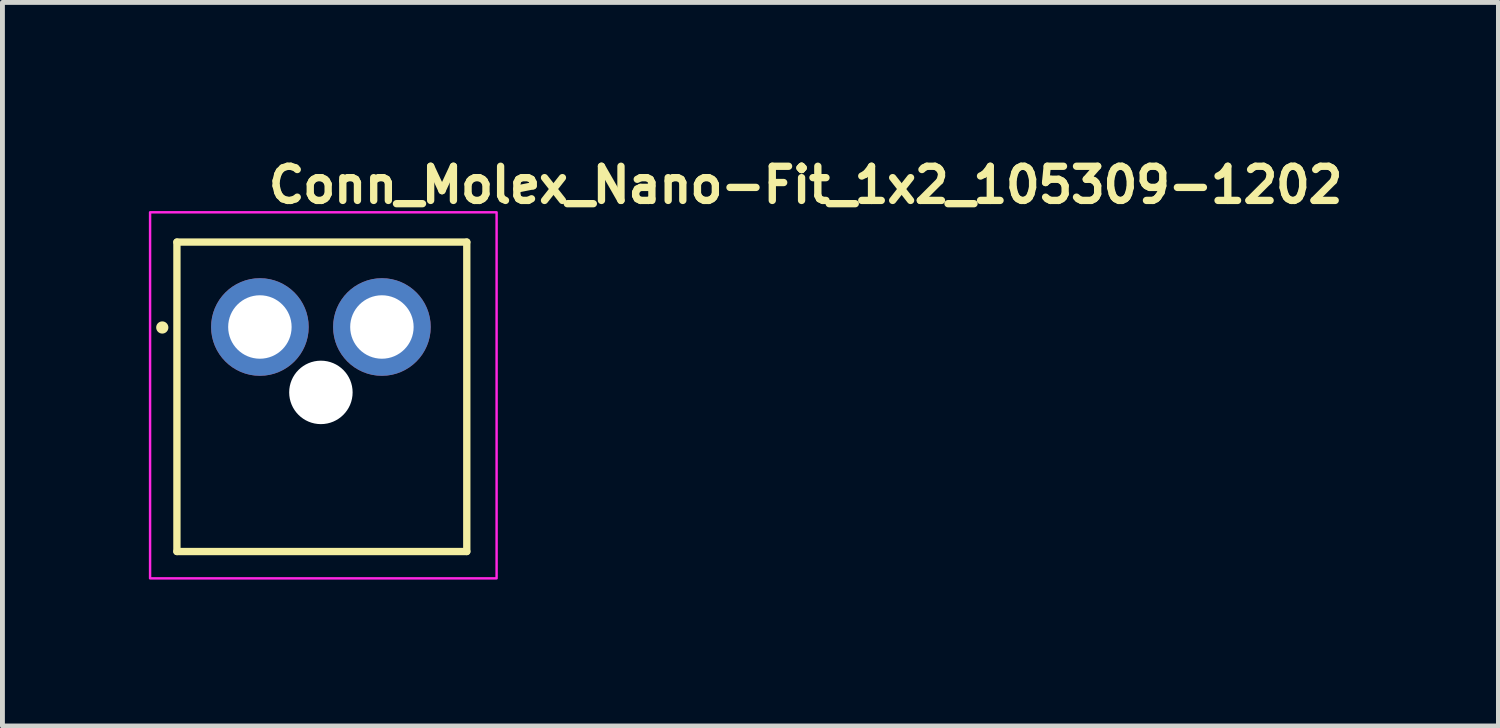
<source format=kicad_pcb>
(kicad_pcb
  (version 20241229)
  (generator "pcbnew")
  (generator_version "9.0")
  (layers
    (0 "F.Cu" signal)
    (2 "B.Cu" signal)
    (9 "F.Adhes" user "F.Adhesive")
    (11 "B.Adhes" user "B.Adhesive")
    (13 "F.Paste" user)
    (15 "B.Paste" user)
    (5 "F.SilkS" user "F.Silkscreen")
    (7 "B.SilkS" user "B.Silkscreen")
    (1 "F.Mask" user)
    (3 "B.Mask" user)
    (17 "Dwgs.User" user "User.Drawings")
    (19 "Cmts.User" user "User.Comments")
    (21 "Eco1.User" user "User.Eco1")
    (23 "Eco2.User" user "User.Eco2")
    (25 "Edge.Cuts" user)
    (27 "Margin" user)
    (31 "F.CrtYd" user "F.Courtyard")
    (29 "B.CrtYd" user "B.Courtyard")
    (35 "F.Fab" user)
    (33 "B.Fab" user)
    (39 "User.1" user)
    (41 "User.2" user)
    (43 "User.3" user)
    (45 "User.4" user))
  (footprint "Conn_Molex_Nano-Fit_1x2_105309-1202"
    (layer "F.Cu")
    (at 2.275 3.65)
    (property "Reference" "Conn_Molex_Nano-Fit_1x2_105309-1202" (at 0.1 -2.5 0) (layer "F.SilkS") (effects (font (size 0.7 0.7) (thickness 0.15)) (justify left bottom)))
    (attr through_hole)
    (fp_line (start -1.7 -1.74) (end -1.7 4.6) (stroke (width 0.15) (type solid)) (layer "F.SilkS"))
    (fp_line (start -1.7 -1.74) (end 4.239 -1.74) (stroke (width 0.15) (type solid)) (layer "F.SilkS"))
    (fp_line (start -1.7 4.6) (end 4.239 4.6) (stroke (width 0.15) (type solid)) (layer "F.SilkS"))
    (fp_line (start 4.239 -1.74) (end 4.239 4.6) (stroke (width 0.15) (type solid)) (layer "F.SilkS"))
    (fp_circle (center -2 0.01) (end -1.95 0.01) (stroke (width 0.15) (type solid)) (fill yes) (layer "F.SilkS"))
    (fp_rect (start -2.25 -2.35) (end 4.85 5.15) (stroke (width 0.05) (type solid)) (fill no) (layer "F.CrtYd"))
    (fp_rect (start -1.72 -1.74) (end 4.22 4.6) (stroke (width 0.1) (type solid)) (fill no) (layer "User.5"))
    (fp_line (start -1.72 -1.74) (end -1.72 1.74) (stroke (width 0.02) (type solid)) (layer "User.9"))
    (fp_line (start -1.35 1.74) (end -1.72 1.74) (stroke (width 0.02) (type solid)) (layer "User.9"))
    (fp_line (start -1.35 2.56) (end -1.35 1.74) (stroke (width 0.02) (type solid)) (layer "User.9"))
    (fp_line (start -1.35 4.019) (end -1.35 2.56) (stroke (width 0.02) (type solid)) (layer "User.9"))
    (fp_line (start -1.35 4.35) (end -1.35 4.019) (stroke (width 0.02) (type solid)) (layer "User.9"))
    (fp_line (start -1.35 4.35) (end -1.349 4.362) (stroke (width 0.02) (type solid)) (layer "User.9"))
    (fp_line (start -1.349 4.362) (end -1.348 4.374) (stroke (width 0.02) (type solid)) (layer "User.9"))
    (fp_line (start -1.348 4.374) (end -1.347 4.386) (stroke (width 0.02) (type solid)) (layer "User.9"))
    (fp_line (start -1.347 4.386) (end -1.345 4.399) (stroke (width 0.02) (type solid)) (layer "User.9"))
    (fp_line (start -1.345 4.399) (end -1.342 4.41) (stroke (width 0.02) (type solid)) (layer "User.9"))
    (fp_line (start -1.342 4.41) (end -1.339 4.422) (stroke (width 0.02) (type solid)) (layer "User.9"))
    (fp_line (start -1.339 4.422) (end -1.335 4.434) (stroke (width 0.02) (type solid)) (layer "User.9"))
    (fp_line (start -1.335 4.434) (end -1.33 4.445) (stroke (width 0.02) (type solid)) (layer "User.9"))
    (fp_line (start -1.33 4.445) (end -1.326 4.456) (stroke (width 0.02) (type solid)) (layer "User.9"))
    (fp_line (start -1.326 4.456) (end -1.32 4.467) (stroke (width 0.02) (type solid)) (layer "User.9"))
    (fp_line (start -1.32 4.467) (end -1.314 4.478) (stroke (width 0.02) (type solid)) (layer "User.9"))
    (fp_line (start -1.314 4.478) (end -1.307 4.488) (stroke (width 0.02) (type solid)) (layer "User.9"))
    (fp_line (start -1.307 4.488) (end -1.3 4.498) (stroke (width 0.02) (type solid)) (layer "User.9"))
    (fp_line (start -1.3 4.498) (end -1.293 4.508) (stroke (width 0.02) (type solid)) (layer "User.9"))
    (fp_line (start -1.293 4.508) (end -1.285 4.517) (stroke (width 0.02) (type solid)) (layer "User.9"))
    (fp_line (start -1.285 4.517) (end -1.276 4.526) (stroke (width 0.02) (type solid)) (layer "User.9"))
    (fp_line (start -1.276 4.526) (end -1.276 4.526) (stroke (width 0.02) (type solid)) (layer "User.9"))
    (fp_line (start -1.276 4.526) (end -1.267 4.535) (stroke (width 0.02) (type solid)) (layer "User.9"))
    (fp_line (start -1.267 4.535) (end -1.258 4.543) (stroke (width 0.02) (type solid)) (layer "User.9"))
    (fp_line (start -1.258 4.543) (end -1.248 4.55) (stroke (width 0.02) (type solid)) (layer "User.9"))
    (fp_line (start -1.248 4.55) (end -1.238 4.557) (stroke (width 0.02) (type solid)) (layer "User.9"))
    (fp_line (start -1.238 4.557) (end -1.228 4.564) (stroke (width 0.02) (type solid)) (layer "User.9"))
    (fp_line (start -1.228 4.564) (end -1.217 4.57) (stroke (width 0.02) (type solid)) (layer "User.9"))
    (fp_line (start -1.217 4.57) (end -1.206 4.576) (stroke (width 0.02) (type solid)) (layer "User.9"))
    (fp_line (start -1.206 4.576) (end -1.195 4.58) (stroke (width 0.02) (type solid)) (layer "User.9"))
    (fp_line (start -1.195 4.58) (end -1.184 4.585) (stroke (width 0.02) (type solid)) (layer "User.9"))
    (fp_line (start -1.184 4.585) (end -1.172 4.589) (stroke (width 0.02) (type solid)) (layer "User.9"))
    (fp_line (start -1.172 4.589) (end -1.16 4.592) (stroke (width 0.02) (type solid)) (layer "User.9"))
    (fp_line (start -1.16 4.592) (end -1.149 4.595) (stroke (width 0.02) (type solid)) (layer "User.9"))
    (fp_line (start -1.149 4.595) (end -1.136 4.597) (stroke (width 0.02) (type solid)) (layer "User.9"))
    (fp_line (start -1.136 4.597) (end -1.124 4.598) (stroke (width 0.02) (type solid)) (layer "User.9"))
    (fp_line (start -1.124 4.598) (end -1.112 4.599) (stroke (width 0.02) (type solid)) (layer "User.9"))
    (fp_line (start -1.112 4.599) (end -1.1 4.6) (stroke (width 0.02) (type solid)) (layer "User.9"))
    (fp_line (start -1.11 -1.095) (end -1.11 1.095) (stroke (width 0.02) (type solid)) (layer "User.9"))
    (fp_line (start -1.11 -1.095) (end 3.61 -1.095) (stroke (width 0.02) (type solid)) (layer "User.9"))
    (fp_line (start -1.11 1.095) (end -0.95 1.095) (stroke (width 0.02) (type solid)) (layer "User.9"))
    (fp_line (start -0.95 2.56) (end -1.35 2.56) (stroke (width 0.02) (type solid)) (layer "User.9"))
    (fp_line (start -0.95 2.56) (end -0.95 1.095) (stroke (width 0.02) (type solid)) (layer "User.9"))
    (fp_line (start -0.95 2.56) (end -0.95 3.75) (stroke (width 0.02) (type solid)) (layer "User.9"))
    (fp_line (start -0.95 3.75) (end 3.45 3.75) (stroke (width 0.02) (type solid)) (layer "User.9"))
    (fp_line (start -0.317 -0.317) (end -0.167 -0.167) (stroke (width 0.02) (type solid)) (layer "User.9"))
    (fp_line (start -0.317 -0.317) (end 0.318 -0.317) (stroke (width 0.02) (type solid)) (layer "User.9"))
    (fp_line (start -0.317 0.317) (end -0.317 -0.317) (stroke (width 0.02) (type solid)) (layer "User.9"))
    (fp_line (start -0.317 0.317) (end 0.318 0.317) (stroke (width 0.02) (type solid)) (layer "User.9"))
    (fp_line (start -0.167 -0.167) (end 0.168 -0.167) (stroke (width 0.02) (type solid)) (layer "User.9"))
    (fp_line (start -0.167 0.167) (end -0.317 0.317) (stroke (width 0.02) (type solid)) (layer "User.9"))
    (fp_line (start -0.167 0.167) (end -0.167 -0.167) (stroke (width 0.02) (type solid)) (layer "User.9"))
    (fp_line (start -0.167 0.167) (end 0.168 0.167) (stroke (width 0.02) (type solid)) (layer "User.9"))
    (fp_line (start -0.08 1.095) (end -0.95 1.095) (stroke (width 0.02) (type solid)) (layer "User.9"))
    (fp_line (start -0.08 1.095) (end 1.11 1.095) (stroke (width 0.02) (type solid)) (layer "User.9"))
    (fp_line (start -0.08 1.37) (end -0.08 1.095) (stroke (width 0.02) (type solid)) (layer "User.9"))
    (fp_line (start 0.168 -0.167) (end 0.168 0.167) (stroke (width 0.02) (type solid)) (layer "User.9"))
    (fp_line (start 0.168 -0.167) (end 0.318 -0.317) (stroke (width 0.02) (type solid)) (layer "User.9"))
    (fp_line (start 0.318 -0.317) (end 0.318 0.317) (stroke (width 0.02) (type solid)) (layer "User.9"))
    (fp_line (start 0.318 0.317) (end 0.168 0.167) (stroke (width 0.02) (type solid)) (layer "User.9"))
    (fp_line (start 1.11 -1.095) (end 1.11 -0.385) (stroke (width 0.02) (type solid)) (layer "User.9"))
    (fp_line (start 1.11 -0.385) (end 1.11 0.215) (stroke (width 0.02) (type solid)) (layer "User.9"))
    (fp_line (start 1.11 -0.385) (end 1.39 -0.385) (stroke (width 0.02) (type solid)) (layer "User.9"))
    (fp_line (start 1.11 1.095) (end 1.11 0.215) (stroke (width 0.02) (type solid)) (layer "User.9"))
    (fp_line (start 1.39 -1.095) (end 1.39 -0.385) (stroke (width 0.02) (type solid)) (layer "User.9"))
    (fp_line (start 1.39 -0.385) (end 1.39 0.215) (stroke (width 0.02) (type solid)) (layer "User.9"))
    (fp_line (start 1.39 0.215) (end 1.11 0.215) (stroke (width 0.02) (type solid)) (layer "User.9"))
    (fp_line (start 1.39 0.215) (end 1.39 1.095) (stroke (width 0.02) (type solid)) (layer "User.9"))
    (fp_line (start 1.39 1.095) (end 2.58 1.095) (stroke (width 0.02) (type solid)) (layer "User.9"))
    (fp_line (start 2.182 -0.317) (end 2.332 -0.167) (stroke (width 0.02) (type solid)) (layer "User.9"))
    (fp_line (start 2.182 -0.317) (end 2.817 -0.317) (stroke (width 0.02) (type solid)) (layer "User.9"))
    (fp_line (start 2.182 0.317) (end 2.182 -0.317) (stroke (width 0.02) (type solid)) (layer "User.9"))
    (fp_line (start 2.182 0.317) (end 2.817 0.317) (stroke (width 0.02) (type solid)) (layer "User.9"))
    (fp_line (start 2.332 -0.167) (end 2.667 -0.167) (stroke (width 0.02) (type solid)) (layer "User.9"))
    (fp_line (start 2.332 0.167) (end 2.182 0.317) (stroke (width 0.02) (type solid)) (layer "User.9"))
    (fp_line (start 2.332 0.167) (end 2.332 -0.167) (stroke (width 0.02) (type solid)) (layer "User.9"))
    (fp_line (start 2.332 0.167) (end 2.667 0.167) (stroke (width 0.02) (type solid)) (layer "User.9"))
    (fp_line (start 2.58 1.095) (end 2.58 1.37) (stroke (width 0.02) (type solid)) (layer "User.9"))
    (fp_line (start 2.58 1.095) (end 3.45 1.095) (stroke (width 0.02) (type solid)) (layer "User.9"))
    (fp_line (start 2.58 1.37) (end -0.08 1.37) (stroke (width 0.02) (type solid)) (layer "User.9"))
    (fp_line (start 2.667 -0.167) (end 2.667 0.167) (stroke (width 0.02) (type solid)) (layer "User.9"))
    (fp_line (start 2.667 -0.167) (end 2.817 -0.317) (stroke (width 0.02) (type solid)) (layer "User.9"))
    (fp_line (start 2.817 -0.317) (end 2.817 0.317) (stroke (width 0.02) (type solid)) (layer "User.9"))
    (fp_line (start 2.817 0.317) (end 2.667 0.167) (stroke (width 0.02) (type solid)) (layer "User.9"))
    (fp_line (start 3.45 1.095) (end 3.61 1.095) (stroke (width 0.02) (type solid)) (layer "User.9"))
    (fp_line (start 3.45 2.56) (end 3.45 1.095) (stroke (width 0.02) (type solid)) (layer "User.9"))
    (fp_line (start 3.45 2.56) (end 3.45 3.75) (stroke (width 0.02) (type solid)) (layer "User.9"))
    (fp_line (start 3.6 4.6) (end -1.1 4.6) (stroke (width 0.02) (type solid)) (layer "User.9"))
    (fp_line (start 3.6 4.6) (end 3.612 4.599) (stroke (width 0.02) (type solid)) (layer "User.9"))
    (fp_line (start 3.61 1.095) (end 3.61 -1.095) (stroke (width 0.02) (type solid)) (layer "User.9"))
    (fp_line (start 3.612 4.599) (end 3.624 4.598) (stroke (width 0.02) (type solid)) (layer "User.9"))
    (fp_line (start 3.624 4.598) (end 3.636 4.597) (stroke (width 0.02) (type solid)) (layer "User.9"))
    (fp_line (start 3.636 4.597) (end 3.649 4.595) (stroke (width 0.02) (type solid)) (layer "User.9"))
    (fp_line (start 3.649 4.595) (end 3.66 4.592) (stroke (width 0.02) (type solid)) (layer "User.9"))
    (fp_line (start 3.66 4.592) (end 3.672 4.589) (stroke (width 0.02) (type solid)) (layer "User.9"))
    (fp_line (start 3.672 4.589) (end 3.684 4.585) (stroke (width 0.02) (type solid)) (layer "User.9"))
    (fp_line (start 3.684 4.585) (end 3.695 4.58) (stroke (width 0.02) (type solid)) (layer "User.9"))
    (fp_line (start 3.695 4.58) (end 3.706 4.576) (stroke (width 0.02) (type solid)) (layer "User.9"))
    (fp_line (start 3.706 4.576) (end 3.717 4.57) (stroke (width 0.02) (type solid)) (layer "User.9"))
    (fp_line (start 3.717 4.57) (end 3.728 4.564) (stroke (width 0.02) (type solid)) (layer "User.9"))
    (fp_line (start 3.728 4.564) (end 3.738 4.557) (stroke (width 0.02) (type solid)) (layer "User.9"))
    (fp_line (start 3.738 4.557) (end 3.748 4.55) (stroke (width 0.02) (type solid)) (layer "User.9"))
    (fp_line (start 3.748 4.55) (end 3.758 4.543) (stroke (width 0.02) (type solid)) (layer "User.9"))
    (fp_line (start 3.758 4.543) (end 3.767 4.535) (stroke (width 0.02) (type solid)) (layer "User.9"))
    (fp_line (start 3.767 4.535) (end 3.776 4.526) (stroke (width 0.02) (type solid)) (layer "User.9"))
    (fp_line (start 3.776 4.526) (end 3.776 4.526) (stroke (width 0.02) (type solid)) (layer "User.9"))
    (fp_line (start 3.776 4.526) (end 3.785 4.517) (stroke (width 0.02) (type solid)) (layer "User.9"))
    (fp_line (start 3.785 4.517) (end 3.793 4.508) (stroke (width 0.02) (type solid)) (layer "User.9"))
    (fp_line (start 3.793 4.508) (end 3.8 4.498) (stroke (width 0.02) (type solid)) (layer "User.9"))
    (fp_line (start 3.8 4.498) (end 3.807 4.488) (stroke (width 0.02) (type solid)) (layer "User.9"))
    (fp_line (start 3.807 4.488) (end 3.814 4.478) (stroke (width 0.02) (type solid)) (layer "User.9"))
    (fp_line (start 3.814 4.478) (end 3.82 4.467) (stroke (width 0.02) (type solid)) (layer "User.9"))
    (fp_line (start 3.82 4.467) (end 3.826 4.456) (stroke (width 0.02) (type solid)) (layer "User.9"))
    (fp_line (start 3.826 4.456) (end 3.83 4.445) (stroke (width 0.02) (type solid)) (layer "User.9"))
    (fp_line (start 3.83 4.445) (end 3.835 4.434) (stroke (width 0.02) (type solid)) (layer "User.9"))
    (fp_line (start 3.835 4.434) (end 3.839 4.422) (stroke (width 0.02) (type solid)) (layer "User.9"))
    (fp_line (start 3.839 4.422) (end 3.842 4.41) (stroke (width 0.02) (type solid)) (layer "User.9"))
    (fp_line (start 3.842 4.41) (end 3.845 4.399) (stroke (width 0.02) (type solid)) (layer "User.9"))
    (fp_line (start 3.845 4.399) (end 3.847 4.386) (stroke (width 0.02) (type solid)) (layer "User.9"))
    (fp_line (start 3.847 4.386) (end 3.848 4.374) (stroke (width 0.02) (type solid)) (layer "User.9"))
    (fp_line (start 3.848 4.374) (end 3.849 4.362) (stroke (width 0.02) (type solid)) (layer "User.9"))
    (fp_line (start 3.849 4.362) (end 3.85 4.35) (stroke (width 0.02) (type solid)) (layer "User.9"))
    (fp_line (start 3.85 2.56) (end 3.45 2.56) (stroke (width 0.02) (type solid)) (layer "User.9"))
    (fp_line (start 3.85 2.56) (end 3.85 1.74) (stroke (width 0.02) (type solid)) (layer "User.9"))
    (fp_line (start 3.85 4.019) (end -1.35 4.019) (stroke (width 0.02) (type solid)) (layer "User.9"))
    (fp_line (start 3.85 4.019) (end 3.85 2.56) (stroke (width 0.02) (type solid)) (layer "User.9"))
    (fp_line (start 3.85 4.35) (end 3.85 4.019) (stroke (width 0.02) (type solid)) (layer "User.9"))
    (fp_line (start 4.22 -1.74) (end -1.72 -1.74) (stroke (width 0.02) (type solid)) (layer "User.9"))
    (fp_line (start 4.22 -1.74) (end 4.22 1.74) (stroke (width 0.02) (type solid)) (layer "User.9"))
    (fp_line (start 4.22 1.74) (end 3.85 1.74) (stroke (width 0.02) (type solid)) (layer "User.9"))
    (pad "" np_thru_hole circle (at 1.25 1.34) (size 1.3 1.3) (drill 1.3) (layers "*.Cu" "*.Mask"))
    (pad "1" thru_hole circle (at 0 0) (size 2 2) (drill 1.3) (layers "*.Cu" "*.Mask"))
    (pad "2" thru_hole circle (at 2.5 0) (size 2 2) (drill 1.3) (layers "*.Cu" "*.Mask")))
  (gr_rect
    (start -3 -3)
    (end 27.652 11.825)
    (stroke (width 0.1) (type default))
    (fill no)
    (layer "Edge.Cuts")))
</source>
